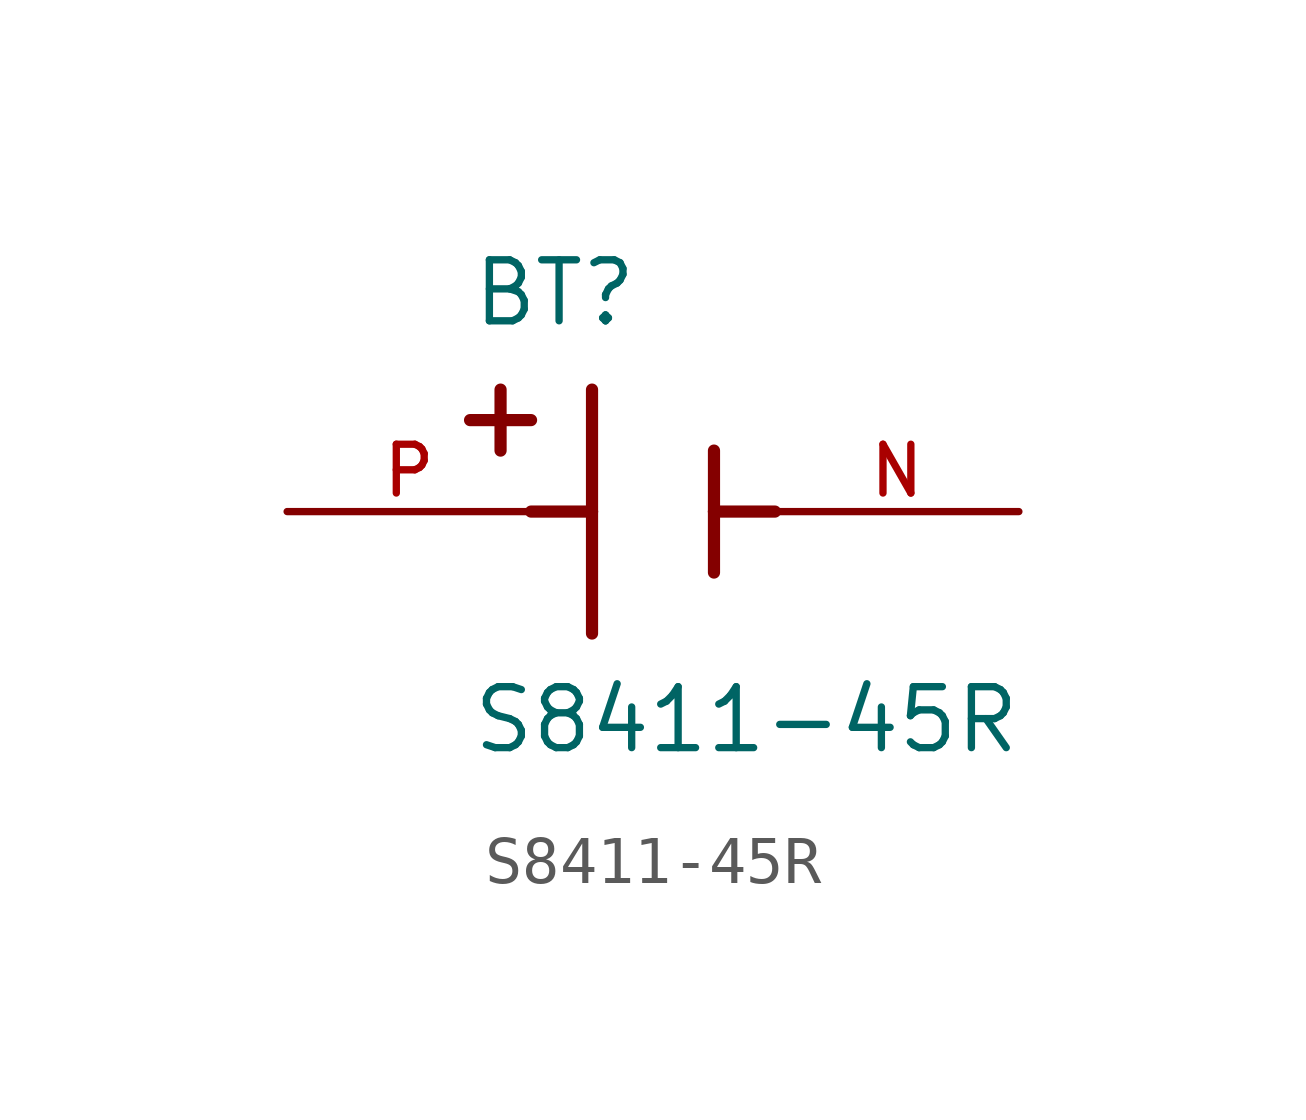
<source format=kicad_sym>
(kicad_symbol_lib
  (version 20211014)
  (generator kicad_symbol_editor)
  (symbol "S8411-45R"
    (pin_names
      (offset 1.016))
    (property "Reference" "BT"
      (at -3.81 3.81 0)
      (effects (font (size 1.27 1.27)) (justify bottom left)))
    (property "Value" "S8411-45R"
      (at -3.81 -5.08 0)
      (effects (font (size 1.27 1.27)) (justify bottom left)))
    (symbol "S8411-45R_0_0"
      (polyline (pts (xy -1.27 2.54) (xy -1.27 0.0)) (stroke (width 0.254)))
      (polyline (pts (xy -1.27 0.0) (xy -1.27 -2.54)) (stroke (width 0.254)))
      (polyline (pts (xy 1.27 1.27) (xy 1.27 0.0)) (stroke (width 0.254)))
      (polyline (pts (xy 1.27 0.0) (xy 1.27 -1.27)) (stroke (width 0.254)))
      (polyline (pts (xy -1.27 0.0) (xy -2.54 0.0)) (stroke (width 0.254)))
      (polyline (pts (xy 1.27 0.0) (xy 2.54 0.0)) (stroke (width 0.254)))
      (polyline (pts (xy -3.175 2.54) (xy -3.175 1.27)) (stroke (width 0.254)))
      (polyline (pts (xy -3.81 1.905) (xy -2.54 1.905)) (stroke (width 0.254)))
      (pin passive line (at -7.62 0.0 0) (length 5.08) (name "~" (effects (font (size 1.016 1.016)))) (number "P" (effects (font (size 1.016 1.016)))))
      (pin passive line (at 7.62 0.0 180.0) (length 5.08) (name "~" (effects (font (size 1.016 1.016)))) (number "N" (effects (font (size 1.016 1.016))))))))
</source>
